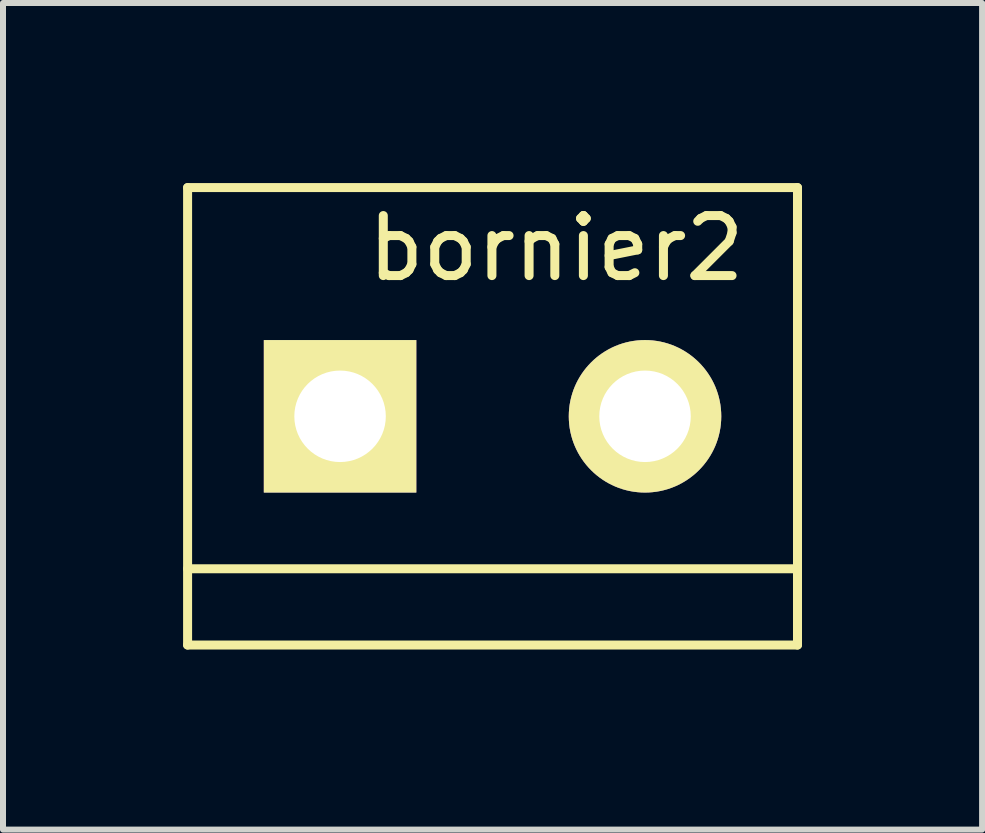
<source format=kicad_pcb>
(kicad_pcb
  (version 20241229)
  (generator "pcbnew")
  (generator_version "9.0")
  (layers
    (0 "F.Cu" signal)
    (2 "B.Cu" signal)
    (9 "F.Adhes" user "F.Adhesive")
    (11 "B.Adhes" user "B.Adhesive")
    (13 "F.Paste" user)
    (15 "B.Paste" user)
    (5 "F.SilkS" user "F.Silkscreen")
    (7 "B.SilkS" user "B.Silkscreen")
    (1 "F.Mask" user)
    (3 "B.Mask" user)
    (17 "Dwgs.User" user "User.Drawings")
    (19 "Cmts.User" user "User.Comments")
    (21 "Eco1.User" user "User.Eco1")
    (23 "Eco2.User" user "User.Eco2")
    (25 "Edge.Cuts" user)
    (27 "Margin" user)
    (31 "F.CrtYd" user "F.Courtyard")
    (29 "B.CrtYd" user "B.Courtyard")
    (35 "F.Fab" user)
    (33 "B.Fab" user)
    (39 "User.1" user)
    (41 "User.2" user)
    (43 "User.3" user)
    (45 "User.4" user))
  (footprint "bornier2"
    (layer "F.Cu")
    (at 5.155 3.885)
    (property "Reference" "bornier2" (at 1.061 -2.799 0) (layer "F.SilkS") (effects (font (size 1 1) (thickness 0.15))))
    (attr through_hole)
    (fp_line (start -5.08 -3.81) (end -5.08 3.81) (stroke (width 0.15) (type solid)) (layer "F.SilkS"))
    (fp_line (start -5.08 3.81) (end 5.08 3.81) (stroke (width 0.15) (type solid)) (layer "F.SilkS"))
    (fp_line (start 5.08 -3.81) (end -5.08 -3.81) (stroke (width 0.15) (type solid)) (layer "F.SilkS"))
    (fp_line (start 5.08 2.54) (end -5.08 2.54) (stroke (width 0.15) (type solid)) (layer "F.SilkS"))
    (fp_line (start 5.08 3.81) (end 5.08 -3.81) (stroke (width 0.15) (type solid)) (layer "F.SilkS"))
    (pad "1" thru_hole rect (at -2.54 0) (size 2.54 2.54) (drill 1.524) (layers "*.Cu" "*.Mask" "F.SilkS"))
    (pad "2" thru_hole circle (at 2.54 0) (size 2.54 2.54) (drill 1.524) (layers "*.Cu" "*.Mask" "F.SilkS")))
  (gr_rect
    (start -3 -3)
    (end 13.31 10.77)
    (stroke (width 0.1) (type default))
    (fill no)
    (layer "Edge.Cuts")))
</source>
